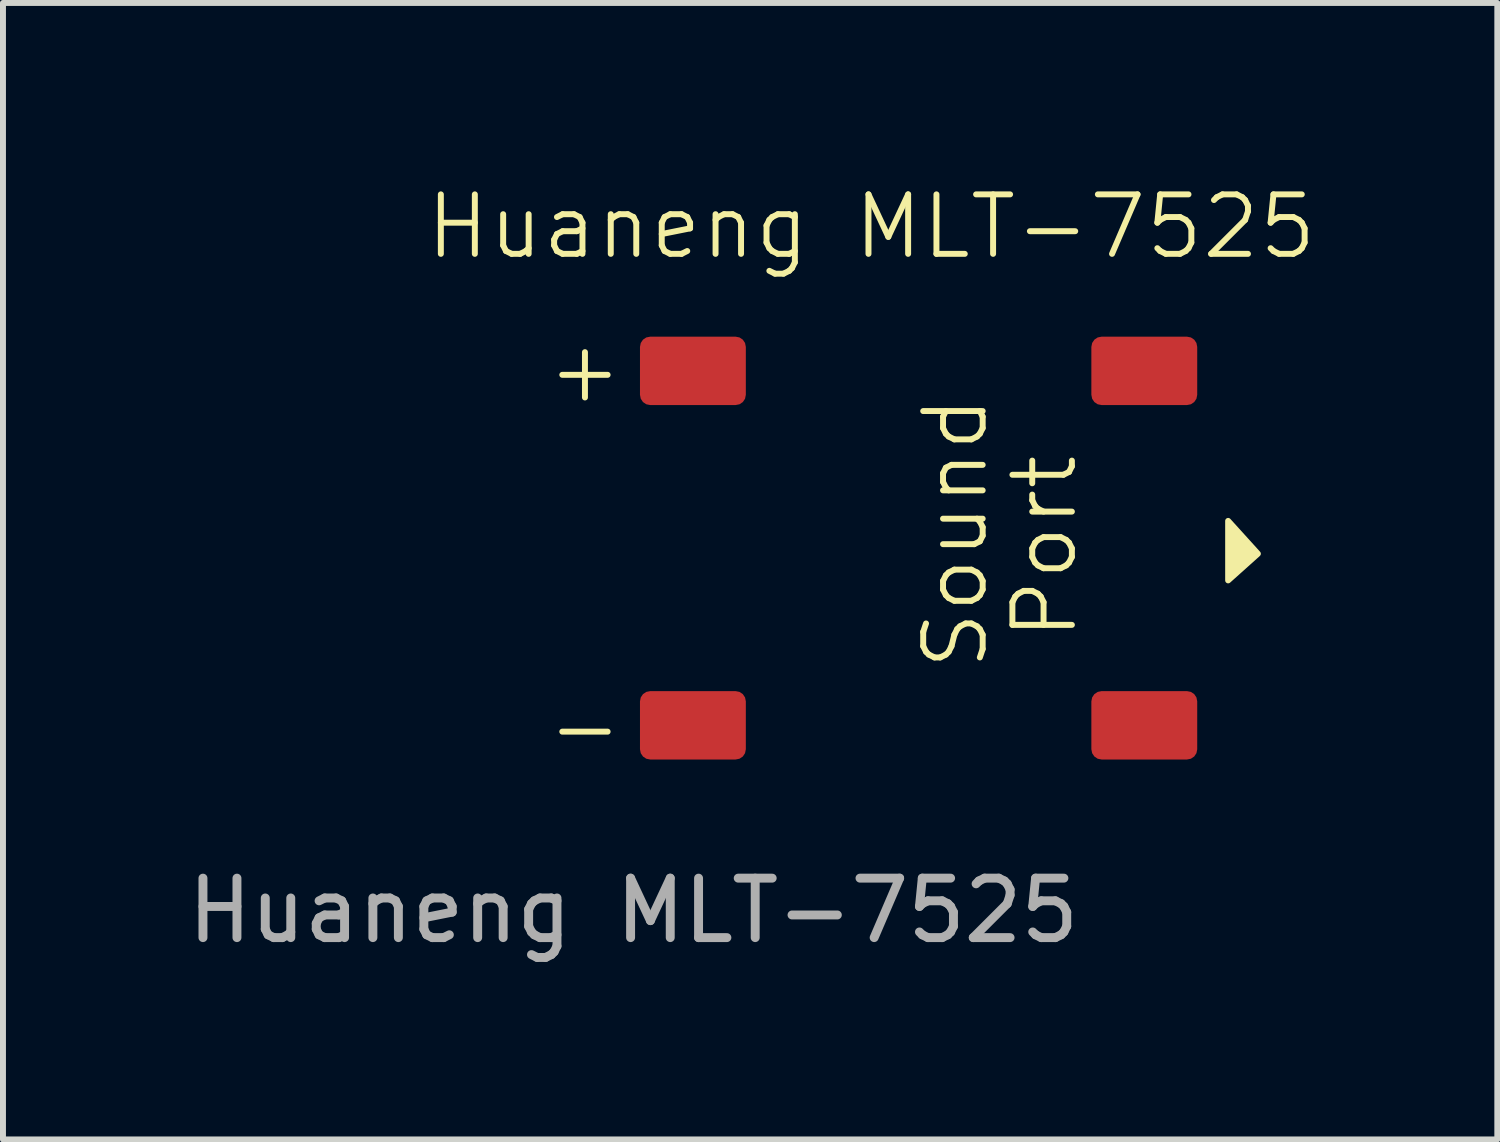
<source format=kicad_pcb>
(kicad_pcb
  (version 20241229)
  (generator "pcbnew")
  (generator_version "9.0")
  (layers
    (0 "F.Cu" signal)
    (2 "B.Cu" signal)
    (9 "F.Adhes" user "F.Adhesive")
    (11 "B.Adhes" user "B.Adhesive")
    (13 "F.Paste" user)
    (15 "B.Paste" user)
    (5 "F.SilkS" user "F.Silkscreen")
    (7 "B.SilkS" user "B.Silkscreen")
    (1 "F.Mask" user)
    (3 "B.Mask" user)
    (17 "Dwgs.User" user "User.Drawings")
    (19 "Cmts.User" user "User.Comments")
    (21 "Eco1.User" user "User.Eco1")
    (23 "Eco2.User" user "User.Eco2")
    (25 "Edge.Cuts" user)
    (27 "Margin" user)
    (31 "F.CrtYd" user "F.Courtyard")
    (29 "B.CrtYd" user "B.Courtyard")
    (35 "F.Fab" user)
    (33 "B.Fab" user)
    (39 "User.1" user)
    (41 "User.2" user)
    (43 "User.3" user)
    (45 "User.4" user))
  (footprint "Huaneng MLT-7525"
    (layer "F.Cu")
    (at 7.601 9.761)
    (property "Reference" "Huaneng MLT-7525" (at 4 -9 0) (unlocked yes) (layer "F.SilkS") (effects (font (size 1 1) (thickness 0.1))))
    (attr smd)
    (fp_poly (pts (xy 10.5 -3.5) (xy 10 -4.052) (xy 10 -3.052)) (stroke (width 0.1) (type solid)) (fill yes) (layer "F.SilkS"))
    (fp_text user "Sound" (at 6 -1.5 90) (unlocked yes) (layer "F.SilkS") (effects (font (size 1 1) (thickness 0.1)) (justify left bottom)))
    (fp_text user "+" (at -1.5 -6 0) (unlocked yes) (layer "F.SilkS") (effects (font (size 1 1) (thickness 0.1)) (justify left bottom)))
    (fp_text user "-" (at -1.5 0 0) (unlocked yes) (layer "F.SilkS") (effects (font (size 1 1) (thickness 0.1)) (justify left bottom)))
    (fp_text user "Port" (at 7.5 -2 90) (unlocked yes) (layer "F.SilkS") (effects (font (size 1 1) (thickness 0.1)) (justify left bottom)))
    (fp_text user "${REFERENCE}" (at 0 2.5 0) (unlocked yes) (layer "F.Fab") (effects (font (size 1 1) (thickness 0.15))))
    (pad "" smd roundrect (at 8.59 -6.575) (size 1.78 1.15) (layers "F.Cu" "F.Mask" "F.Paste") (roundrect_rratio 0.15))
    (pad "" smd roundrect (at 8.59 -0.615) (size 1.78 1.15) (layers "F.Cu" "F.Mask" "F.Paste") (roundrect_rratio 0.15))
    (pad "1" smd roundrect (at 1 -6.575) (size 1.78 1.15) (layers "F.Cu" "F.Mask" "F.Paste") (roundrect_rratio 0.15))
    (pad "2" smd roundrect (at 1 -0.615) (size 1.78 1.15) (layers "F.Cu" "F.Mask" "F.Paste") (roundrect_rratio 0.15)))
  (gr_rect
    (start -3 -3)
    (end 22.127 16.109)
    (stroke (width 0.1) (type default))
    (fill no)
    (layer "Edge.Cuts")))
</source>
